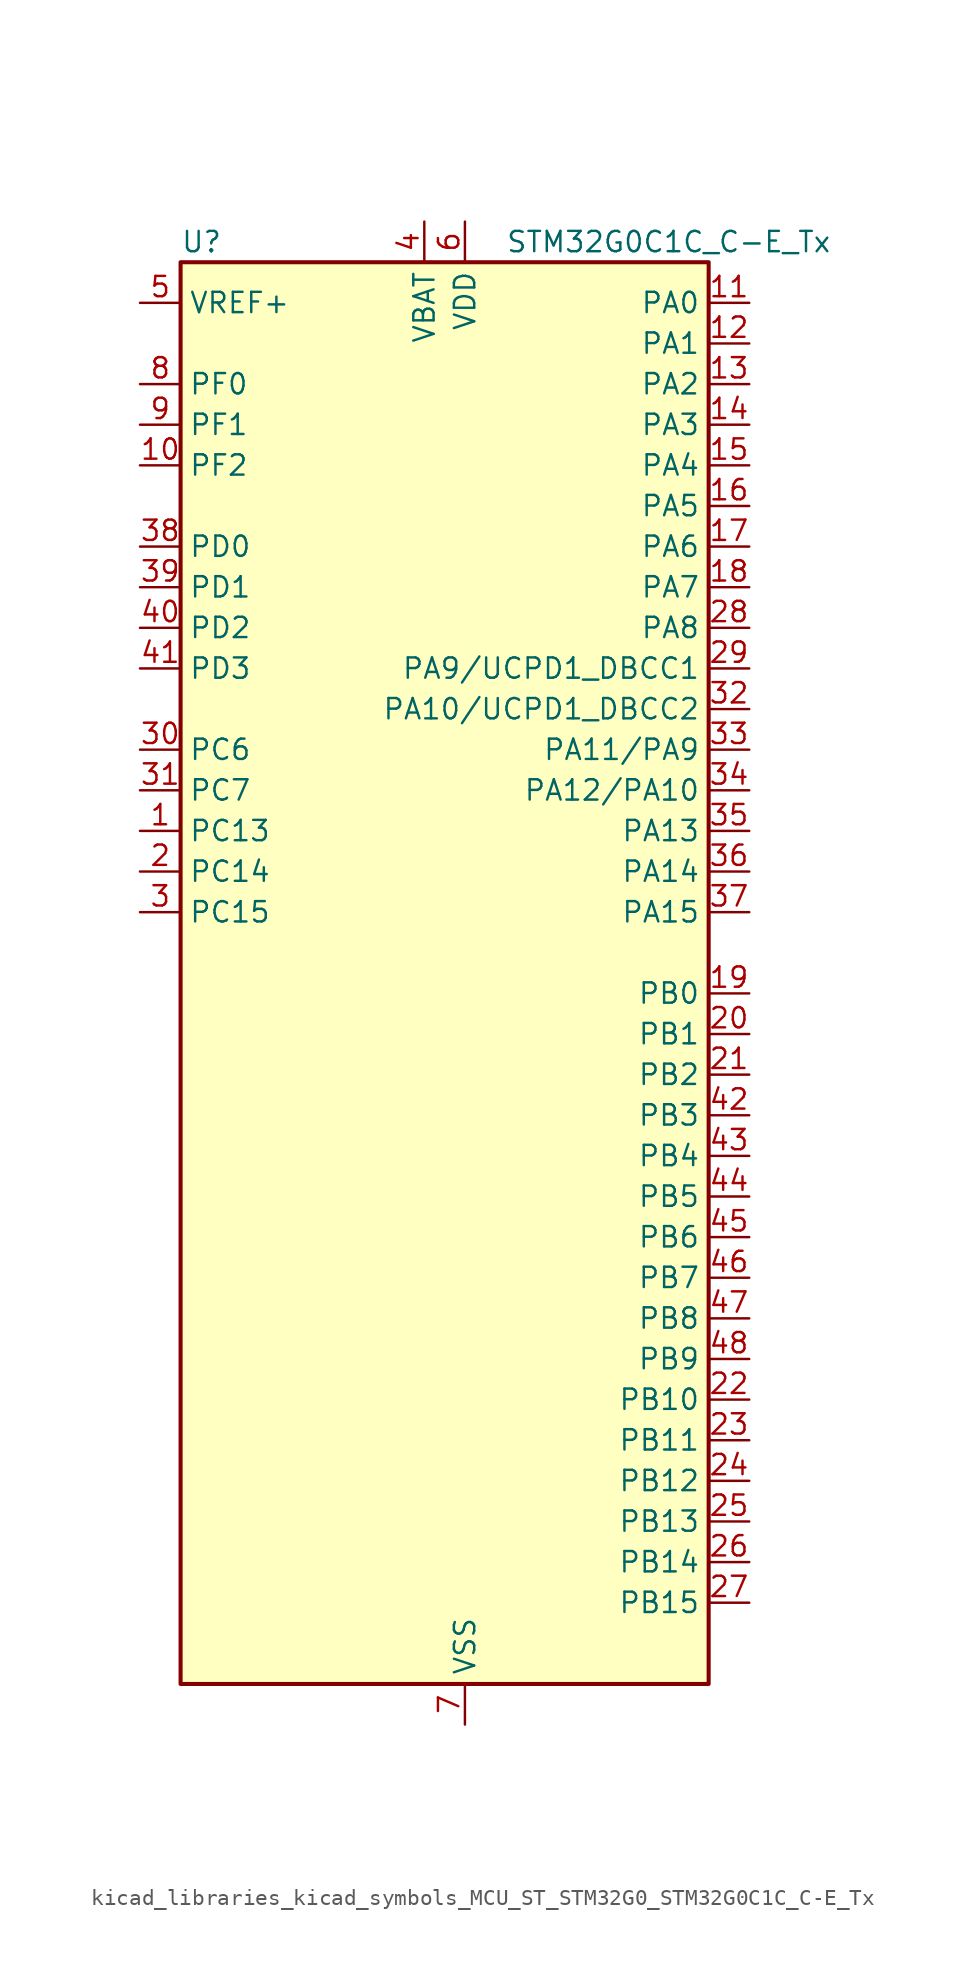
<source format=kicad_sym>
(kicad_symbol_lib
  (version 20220914)
  (generator kicad_symbol_editor)
  (symbol "kicad_libraries_kicad_symbols_MCU_ST_STM32G0_STM32G0C1C_C-E_Tx"
    (property "Reference" "U"
      (at -15.24 46.99 0)
      (effects (font (size 1.27 1.27)) (justify left)))
    (property "Value" "STM32G0C1C_C-E_Tx"
      (at 5.08 46.99 0)
      (effects (font (size 1.27 1.27)) (justify left)))
    (property "ki_locked" ""
      (at 0 0 0)
      (effects (font (size 1.27 1.27))))
    (symbol "kicad_libraries_kicad_symbols_MCU_ST_STM32G0_STM32G0C1C_C-E_Tx_0_1"
      (rectangle (start -15.24 -43.18) (end 17.78 45.72) (stroke (width 0.254) (type default)) (fill (type background))))
    (symbol "kicad_libraries_kicad_symbols_MCU_ST_STM32G0_STM32G0C1C_C-E_Tx_1_1"
      (pin bidirectional line (at -17.78 10.16 0) (length 2.54) (name "PC13" (effects (font (size 1.27 1.27)))) (number "1" (effects (font (size 1.27 1.27)))) (alternate "RTC_OUT1" bidirectional line) (alternate "RTC_TAMP_IN1" bidirectional line) (alternate "RTC_TS" bidirectional line) (alternate "SYS_WKUP2" bidirectional line) (alternate "TIM1_BK" bidirectional line))
      (pin bidirectional line (at -17.78 33.02 0) (length 2.54) (name "PF2" (effects (font (size 1.27 1.27)))) (number "10" (effects (font (size 1.27 1.27)))) (alternate "LPUART2_DE" bidirectional line) (alternate "LPUART2_RTS" bidirectional line) (alternate "LPUART2_TX" bidirectional line) (alternate "RCC_MCO" bidirectional line))
      (pin bidirectional line (at 20.32 43.18 180) (length 2.54) (name "PA0" (effects (font (size 1.27 1.27)))) (number "11" (effects (font (size 1.27 1.27)))) (alternate "ADC1_IN0" bidirectional line) (alternate "COMP1_INM" bidirectional line) (alternate "COMP1_OUT" bidirectional line) (alternate "I2S2_CK" bidirectional line) (alternate "LPTIM1_OUT" bidirectional line) (alternate "RTC_TAMP_IN2" bidirectional line) (alternate "SPI2_SCK" bidirectional line) (alternate "SYS_WKUP1" bidirectional line) (alternate "TIM2_CH1" bidirectional line) (alternate "TIM2_ETR" bidirectional line) (alternate "UCPD2_FRSTX1" bidirectional line) (alternate "UCPD2_FRSTX2" bidirectional line) (alternate "USART2_CTS" bidirectional line) (alternate "USART2_NSS" bidirectional line) (alternate "USART4_TX" bidirectional line))
      (pin bidirectional line (at 20.32 40.64 180) (length 2.54) (name "PA1" (effects (font (size 1.27 1.27)))) (number "12" (effects (font (size 1.27 1.27)))) (alternate "ADC1_IN1" bidirectional line) (alternate "COMP1_INP" bidirectional line) (alternate "I2C1_SMBA" bidirectional line) (alternate "I2S1_CK" bidirectional line) (alternate "SPI1_SCK" bidirectional line) (alternate "TIM15_CH1N" bidirectional line) (alternate "TIM2_CH2" bidirectional line) (alternate "USART2_CK" bidirectional line) (alternate "USART2_DE" bidirectional line) (alternate "USART2_RTS" bidirectional line) (alternate "USART4_RX" bidirectional line))
      (pin bidirectional line (at 20.32 38.1 180) (length 2.54) (name "PA2" (effects (font (size 1.27 1.27)))) (number "13" (effects (font (size 1.27 1.27)))) (alternate "ADC1_IN2" bidirectional line) (alternate "COMP2_INM" bidirectional line) (alternate "COMP2_OUT" bidirectional line) (alternate "I2S1_SD" bidirectional line) (alternate "LPUART1_TX" bidirectional line) (alternate "RCC_LSCO" bidirectional line) (alternate "SPI1_MOSI" bidirectional line) (alternate "SYS_WKUP4" bidirectional line) (alternate "TIM15_CH1" bidirectional line) (alternate "TIM2_CH3" bidirectional line) (alternate "UCPD1_FRSTX1" bidirectional line) (alternate "UCPD1_FRSTX2" bidirectional line) (alternate "USART2_TX" bidirectional line))
      (pin bidirectional line (at 20.32 35.56 180) (length 2.54) (name "PA3" (effects (font (size 1.27 1.27)))) (number "14" (effects (font (size 1.27 1.27)))) (alternate "ADC1_IN3" bidirectional line) (alternate "COMP2_INP" bidirectional line) (alternate "I2S2_MCK" bidirectional line) (alternate "LPUART1_RX" bidirectional line) (alternate "SPI2_MISO" bidirectional line) (alternate "TIM15_CH2" bidirectional line) (alternate "TIM2_CH4" bidirectional line) (alternate "UCPD2_FRSTX1" bidirectional line) (alternate "UCPD2_FRSTX2" bidirectional line) (alternate "USART2_RX" bidirectional line))
      (pin bidirectional line (at 20.32 33.02 180) (length 2.54) (name "PA4" (effects (font (size 1.27 1.27)))) (number "15" (effects (font (size 1.27 1.27)))) (alternate "ADC1_IN4" bidirectional line) (alternate "DAC1_OUT1" bidirectional line) (alternate "I2S1_WS" bidirectional line) (alternate "I2S2_SD" bidirectional line) (alternate "LPTIM2_OUT" bidirectional line) (alternate "RTC_OUT2" bidirectional line) (alternate "SPI1_NSS" bidirectional line) (alternate "SPI2_MOSI" bidirectional line) (alternate "SPI3_NSS" bidirectional line) (alternate "TIM14_CH1" bidirectional line) (alternate "UCPD2_FRSTX1" bidirectional line) (alternate "UCPD2_FRSTX2" bidirectional line) (alternate "USART6_TX" bidirectional line) (alternate "USB_NOE" bidirectional line))
      (pin bidirectional line (at 20.32 30.48 180) (length 2.54) (name "PA5" (effects (font (size 1.27 1.27)))) (number "16" (effects (font (size 1.27 1.27)))) (alternate "ADC1_IN5" bidirectional line) (alternate "CEC" bidirectional line) (alternate "DAC1_OUT2" bidirectional line) (alternate "I2S1_CK" bidirectional line) (alternate "LPTIM2_ETR" bidirectional line) (alternate "SPI1_SCK" bidirectional line) (alternate "TIM2_CH1" bidirectional line) (alternate "TIM2_ETR" bidirectional line) (alternate "UCPD1_FRSTX1" bidirectional line) (alternate "UCPD1_FRSTX2" bidirectional line) (alternate "USART3_TX" bidirectional line) (alternate "USART6_RX" bidirectional line))
      (pin bidirectional line (at 20.32 27.94 180) (length 2.54) (name "PA6" (effects (font (size 1.27 1.27)))) (number "17" (effects (font (size 1.27 1.27)))) (alternate "ADC1_IN6" bidirectional line) (alternate "COMP1_OUT" bidirectional line) (alternate "I2C2_SDA" bidirectional line) (alternate "I2C3_SDA" bidirectional line) (alternate "I2S1_MCK" bidirectional line) (alternate "LPUART1_CTS" bidirectional line) (alternate "SPI1_MISO" bidirectional line) (alternate "TIM16_CH1" bidirectional line) (alternate "TIM1_BK" bidirectional line) (alternate "TIM3_CH1" bidirectional line) (alternate "USART3_CTS" bidirectional line) (alternate "USART3_NSS" bidirectional line) (alternate "USART6_CTS" bidirectional line) (alternate "USART6_NSS" bidirectional line))
      (pin bidirectional line (at 20.32 25.4 180) (length 2.54) (name "PA7" (effects (font (size 1.27 1.27)))) (number "18" (effects (font (size 1.27 1.27)))) (alternate "ADC1_IN7" bidirectional line) (alternate "COMP2_OUT" bidirectional line) (alternate "I2C2_SCL" bidirectional line) (alternate "I2C3_SCL" bidirectional line) (alternate "I2S1_SD" bidirectional line) (alternate "SPI1_MOSI" bidirectional line) (alternate "TIM14_CH1" bidirectional line) (alternate "TIM17_CH1" bidirectional line) (alternate "TIM1_CH1N" bidirectional line) (alternate "TIM3_CH2" bidirectional line) (alternate "UCPD1_FRSTX1" bidirectional line) (alternate "UCPD1_FRSTX2" bidirectional line) (alternate "USART6_CK" bidirectional line) (alternate "USART6_DE" bidirectional line) (alternate "USART6_RTS" bidirectional line))
      (pin bidirectional line (at 20.32 0 180) (length 2.54) (name "PB0" (effects (font (size 1.27 1.27)))) (number "19" (effects (font (size 1.27 1.27)))) (alternate "ADC1_IN8" bidirectional line) (alternate "COMP1_OUT" bidirectional line) (alternate "COMP3_INP" bidirectional line) (alternate "FDCAN2_RX" bidirectional line) (alternate "I2S1_WS" bidirectional line) (alternate "LPTIM1_OUT" bidirectional line) (alternate "LPUART2_CTS" bidirectional line) (alternate "SPI1_NSS" bidirectional line) (alternate "TIM1_CH2N" bidirectional line) (alternate "TIM3_CH3" bidirectional line) (alternate "UCPD1_FRSTX1" bidirectional line) (alternate "UCPD1_FRSTX2" bidirectional line) (alternate "USART3_RX" bidirectional line) (alternate "USART5_TX" bidirectional line))
      (pin bidirectional line (at -17.78 7.62 0) (length 2.54) (name "PC14" (effects (font (size 1.27 1.27)))) (number "2" (effects (font (size 1.27 1.27)))) (alternate "RCC_OSC32_IN" bidirectional line) (alternate "TIM1_BK2" bidirectional line))
      (pin bidirectional line (at 20.32 -2.54 180) (length 2.54) (name "PB1" (effects (font (size 1.27 1.27)))) (number "20" (effects (font (size 1.27 1.27)))) (alternate "ADC1_IN9" bidirectional line) (alternate "COMP1_INM" bidirectional line) (alternate "COMP3_OUT" bidirectional line) (alternate "FDCAN2_TX" bidirectional line) (alternate "LPTIM2_IN1" bidirectional line) (alternate "LPUART1_DE" bidirectional line) (alternate "LPUART1_RTS" bidirectional line) (alternate "LPUART2_DE" bidirectional line) (alternate "LPUART2_RTS" bidirectional line) (alternate "TIM14_CH1" bidirectional line) (alternate "TIM1_CH3N" bidirectional line) (alternate "TIM3_CH4" bidirectional line) (alternate "USART3_CK" bidirectional line) (alternate "USART3_DE" bidirectional line) (alternate "USART3_RTS" bidirectional line) (alternate "USART5_RX" bidirectional line))
      (pin bidirectional line (at 20.32 -5.08 180) (length 2.54) (name "PB2" (effects (font (size 1.27 1.27)))) (number "21" (effects (font (size 1.27 1.27)))) (alternate "ADC1_IN10" bidirectional line) (alternate "COMP1_INP" bidirectional line) (alternate "COMP3_INM" bidirectional line) (alternate "I2S2_MCK" bidirectional line) (alternate "LPTIM1_OUT" bidirectional line) (alternate "RCC_MCO_2" bidirectional line) (alternate "SPI2_MISO" bidirectional line) (alternate "USART3_TX" bidirectional line))
      (pin bidirectional line (at 20.32 -25.4 180) (length 2.54) (name "PB10" (effects (font (size 1.27 1.27)))) (number "22" (effects (font (size 1.27 1.27)))) (alternate "ADC1_IN11" bidirectional line) (alternate "CEC" bidirectional line) (alternate "COMP1_OUT" bidirectional line) (alternate "I2C2_SCL" bidirectional line) (alternate "I2S2_CK" bidirectional line) (alternate "LPUART1_RX" bidirectional line) (alternate "SPI2_SCK" bidirectional line) (alternate "TIM2_CH3" bidirectional line) (alternate "USART3_TX" bidirectional line))
      (pin bidirectional line (at 20.32 -27.94 180) (length 2.54) (name "PB11" (effects (font (size 1.27 1.27)))) (number "23" (effects (font (size 1.27 1.27)))) (alternate "ADC1_EXTI11" bidirectional line) (alternate "ADC1_IN15" bidirectional line) (alternate "COMP2_OUT" bidirectional line) (alternate "I2C2_SDA" bidirectional line) (alternate "I2S2_SD" bidirectional line) (alternate "LPUART1_TX" bidirectional line) (alternate "SPI2_MOSI" bidirectional line) (alternate "TIM2_CH4" bidirectional line) (alternate "USART3_RX" bidirectional line))
      (pin bidirectional line (at 20.32 -30.48 180) (length 2.54) (name "PB12" (effects (font (size 1.27 1.27)))) (number "24" (effects (font (size 1.27 1.27)))) (alternate "ADC1_IN16" bidirectional line) (alternate "FDCAN2_RX" bidirectional line) (alternate "I2C2_SMBA" bidirectional line) (alternate "I2S2_WS" bidirectional line) (alternate "LPUART1_DE" bidirectional line) (alternate "LPUART1_RTS" bidirectional line) (alternate "SPI2_NSS" bidirectional line) (alternate "TIM15_BK" bidirectional line) (alternate "TIM1_BK" bidirectional line) (alternate "UCPD2_FRSTX1" bidirectional line) (alternate "UCPD2_FRSTX2" bidirectional line))
      (pin bidirectional line (at 20.32 -33.02 180) (length 2.54) (name "PB13" (effects (font (size 1.27 1.27)))) (number "25" (effects (font (size 1.27 1.27)))) (alternate "FDCAN2_TX" bidirectional line) (alternate "I2C2_SCL" bidirectional line) (alternate "I2S2_CK" bidirectional line) (alternate "LPUART1_CTS" bidirectional line) (alternate "SPI2_SCK" bidirectional line) (alternate "TIM15_CH1N" bidirectional line) (alternate "TIM1_CH1N" bidirectional line) (alternate "USART3_CTS" bidirectional line) (alternate "USART3_NSS" bidirectional line))
      (pin bidirectional line (at 20.32 -35.56 180) (length 2.54) (name "PB14" (effects (font (size 1.27 1.27)))) (number "26" (effects (font (size 1.27 1.27)))) (alternate "I2C2_SDA" bidirectional line) (alternate "I2S2_MCK" bidirectional line) (alternate "SPI2_MISO" bidirectional line) (alternate "TIM15_CH1" bidirectional line) (alternate "TIM1_CH2N" bidirectional line) (alternate "UCPD1_FRSTX1" bidirectional line) (alternate "UCPD1_FRSTX2" bidirectional line) (alternate "USART3_CK" bidirectional line) (alternate "USART3_DE" bidirectional line) (alternate "USART3_RTS" bidirectional line) (alternate "USART6_CK" bidirectional line) (alternate "USART6_DE" bidirectional line) (alternate "USART6_RTS" bidirectional line))
      (pin bidirectional line (at 20.32 -38.1 180) (length 2.54) (name "PB15" (effects (font (size 1.27 1.27)))) (number "27" (effects (font (size 1.27 1.27)))) (alternate "I2S2_SD" bidirectional line) (alternate "RTC_REFIN" bidirectional line) (alternate "SPI2_MOSI" bidirectional line) (alternate "TIM15_CH1N" bidirectional line) (alternate "TIM15_CH2" bidirectional line) (alternate "TIM1_CH3N" bidirectional line) (alternate "UCPD1_CC2" bidirectional line) (alternate "USART6_CTS" bidirectional line) (alternate "USART6_NSS" bidirectional line))
      (pin bidirectional line (at 20.32 22.86 180) (length 2.54) (name "PA8" (effects (font (size 1.27 1.27)))) (number "28" (effects (font (size 1.27 1.27)))) (alternate "CRS1_SYNC" bidirectional line) (alternate "I2C2_SMBA" bidirectional line) (alternate "I2S2_WS" bidirectional line) (alternate "LPTIM2_OUT" bidirectional line) (alternate "RCC_MCO" bidirectional line) (alternate "SPI2_NSS" bidirectional line) (alternate "TIM1_CH1" bidirectional line) (alternate "UCPD1_CC1" bidirectional line))
      (pin bidirectional line (at 20.32 20.32 180) (length 2.54) (name "PA9/UCPD1_DBCC1" (effects (font (size 1.27 1.27)))) (number "29" (effects (font (size 1.27 1.27)))) (alternate "DAC1_EXTI9" bidirectional line) (alternate "I2C1_SCL" bidirectional line) (alternate "I2C2_SCL" bidirectional line) (alternate "I2S2_MCK" bidirectional line) (alternate "RCC_MCO" bidirectional line) (alternate "SPI2_MISO" bidirectional line) (alternate "TIM15_BK" bidirectional line) (alternate "TIM1_CH2" bidirectional line) (alternate "UCPD1_DBCC1" bidirectional line) (alternate "USART1_TX" bidirectional line))
      (pin bidirectional line (at -17.78 5.08 0) (length 2.54) (name "PC15" (effects (font (size 1.27 1.27)))) (number "3" (effects (font (size 1.27 1.27)))) (alternate "RCC_OSC32_EN" bidirectional line) (alternate "RCC_OSC32_OUT" bidirectional line) (alternate "RCC_OSC_EN" bidirectional line) (alternate "TIM15_BK" bidirectional line))
      (pin bidirectional line (at -17.78 15.24 0) (length 2.54) (name "PC6" (effects (font (size 1.27 1.27)))) (number "30" (effects (font (size 1.27 1.27)))) (alternate "LPUART2_TX" bidirectional line) (alternate "TIM2_CH3" bidirectional line) (alternate "TIM3_CH1" bidirectional line) (alternate "UCPD1_FRSTX1" bidirectional line) (alternate "UCPD1_FRSTX2" bidirectional line))
      (pin bidirectional line (at -17.78 12.7 0) (length 2.54) (name "PC7" (effects (font (size 1.27 1.27)))) (number "31" (effects (font (size 1.27 1.27)))) (alternate "LPUART2_RX" bidirectional line) (alternate "TIM2_CH4" bidirectional line) (alternate "TIM3_CH2" bidirectional line) (alternate "UCPD2_FRSTX1" bidirectional line) (alternate "UCPD2_FRSTX2" bidirectional line))
      (pin bidirectional line (at 20.32 17.78 180) (length 2.54) (name "PA10/UCPD1_DBCC2" (effects (font (size 1.27 1.27)))) (number "32" (effects (font (size 1.27 1.27)))) (alternate "I2C1_SDA" bidirectional line) (alternate "I2C2_SDA" bidirectional line) (alternate "I2S2_SD" bidirectional line) (alternate "RCC_MCO_2" bidirectional line) (alternate "SPI2_MOSI" bidirectional line) (alternate "TIM17_BK" bidirectional line) (alternate "TIM1_CH3" bidirectional line) (alternate "UCPD1_DBCC2" bidirectional line) (alternate "USART1_RX" bidirectional line))
      (pin bidirectional line (at 20.32 15.24 180) (length 2.54) (name "PA11/PA9" (effects (font (size 1.27 1.27)))) (number "33" (effects (font (size 1.27 1.27)))) (alternate "ADC1_EXTI11" bidirectional line) (alternate "COMP1_OUT" bidirectional line) (alternate "FDCAN1_RX" bidirectional line) (alternate "I2C2_SCL" bidirectional line) (alternate "I2S1_MCK" bidirectional line) (alternate "SPI1_MISO" bidirectional line) (alternate "TIM1_BK2" bidirectional line) (alternate "TIM1_CH4" bidirectional line) (alternate "USART1_CTS" bidirectional line) (alternate "USART1_NSS" bidirectional line) (alternate "USB_DM" bidirectional line))
      (pin bidirectional line (at 20.32 12.7 180) (length 2.54) (name "PA12/PA10" (effects (font (size 1.27 1.27)))) (number "34" (effects (font (size 1.27 1.27)))) (alternate "COMP2_OUT" bidirectional line) (alternate "FDCAN1_TX" bidirectional line) (alternate "I2C2_SDA" bidirectional line) (alternate "I2S1_SD" bidirectional line) (alternate "I2S_CKIN" bidirectional line) (alternate "SPI1_MOSI" bidirectional line) (alternate "TIM1_ETR" bidirectional line) (alternate "USART1_CK" bidirectional line) (alternate "USART1_DE" bidirectional line) (alternate "USART1_RTS" bidirectional line) (alternate "USB_DP" bidirectional line))
      (pin bidirectional line (at 20.32 10.16 180) (length 2.54) (name "PA13" (effects (font (size 1.27 1.27)))) (number "35" (effects (font (size 1.27 1.27)))) (alternate "IR_OUT" bidirectional line) (alternate "LPUART2_RX" bidirectional line) (alternate "SYS_SWDIO" bidirectional line) (alternate "USB_NOE" bidirectional line))
      (pin bidirectional line (at 20.32 7.62 180) (length 2.54) (name "PA14" (effects (font (size 1.27 1.27)))) (number "36" (effects (font (size 1.27 1.27)))) (alternate "LPUART2_TX" bidirectional line) (alternate "SYS_SWCLK" bidirectional line) (alternate "USART2_TX" bidirectional line))
      (pin bidirectional line (at 20.32 5.08 180) (length 2.54) (name "PA15" (effects (font (size 1.27 1.27)))) (number "37" (effects (font (size 1.27 1.27)))) (alternate "I2C2_SMBA" bidirectional line) (alternate "I2S1_WS" bidirectional line) (alternate "RCC_MCO_2" bidirectional line) (alternate "SPI1_NSS" bidirectional line) (alternate "SPI3_NSS" bidirectional line) (alternate "TIM2_CH1" bidirectional line) (alternate "TIM2_ETR" bidirectional line) (alternate "USART2_RX" bidirectional line) (alternate "USART3_CK" bidirectional line) (alternate "USART3_DE" bidirectional line) (alternate "USART3_RTS" bidirectional line) (alternate "USART4_CK" bidirectional line) (alternate "USART4_DE" bidirectional line) (alternate "USART4_RTS" bidirectional line) (alternate "USB_NOE" bidirectional line))
      (pin bidirectional line (at -17.78 27.94 0) (length 2.54) (name "PD0" (effects (font (size 1.27 1.27)))) (number "38" (effects (font (size 1.27 1.27)))) (alternate "FDCAN1_RX" bidirectional line) (alternate "I2S2_WS" bidirectional line) (alternate "SPI2_NSS" bidirectional line) (alternate "TIM16_CH1" bidirectional line) (alternate "UCPD2_CC1" bidirectional line))
      (pin bidirectional line (at -17.78 25.4 0) (length 2.54) (name "PD1" (effects (font (size 1.27 1.27)))) (number "39" (effects (font (size 1.27 1.27)))) (alternate "FDCAN1_TX" bidirectional line) (alternate "I2S2_CK" bidirectional line) (alternate "SPI2_SCK" bidirectional line) (alternate "TIM17_CH1" bidirectional line) (alternate "UCPD2_DBCC1" bidirectional line))
      (pin power_in line (at 0 48.26 270) (length 2.54) (name "VBAT" (effects (font (size 1.27 1.27)))) (number "4" (effects (font (size 1.27 1.27)))))
      (pin bidirectional line (at -17.78 22.86 0) (length 2.54) (name "PD2" (effects (font (size 1.27 1.27)))) (number "40" (effects (font (size 1.27 1.27)))) (alternate "TIM1_CH1N" bidirectional line) (alternate "TIM3_ETR" bidirectional line) (alternate "UCPD2_CC2" bidirectional line) (alternate "USART3_CK" bidirectional line) (alternate "USART3_DE" bidirectional line) (alternate "USART3_RTS" bidirectional line) (alternate "USART5_RX" bidirectional line))
      (pin bidirectional line (at -17.78 20.32 0) (length 2.54) (name "PD3" (effects (font (size 1.27 1.27)))) (number "41" (effects (font (size 1.27 1.27)))) (alternate "I2S2_MCK" bidirectional line) (alternate "SPI2_MISO" bidirectional line) (alternate "TIM1_CH2N" bidirectional line) (alternate "UCPD2_DBCC2" bidirectional line) (alternate "USART2_CTS" bidirectional line) (alternate "USART2_NSS" bidirectional line) (alternate "USART5_TX" bidirectional line))
      (pin bidirectional line (at 20.32 -7.62 180) (length 2.54) (name "PB3" (effects (font (size 1.27 1.27)))) (number "42" (effects (font (size 1.27 1.27)))) (alternate "COMP2_INM" bidirectional line) (alternate "I2C2_SCL" bidirectional line) (alternate "I2C3_SCL" bidirectional line) (alternate "I2S1_CK" bidirectional line) (alternate "SPI1_SCK" bidirectional line) (alternate "SPI3_SCK" bidirectional line) (alternate "TIM1_CH2" bidirectional line) (alternate "TIM2_CH2" bidirectional line) (alternate "USART1_CK" bidirectional line) (alternate "USART1_DE" bidirectional line) (alternate "USART1_RTS" bidirectional line) (alternate "USART5_TX" bidirectional line))
      (pin bidirectional line (at 20.32 -10.16 180) (length 2.54) (name "PB4" (effects (font (size 1.27 1.27)))) (number "43" (effects (font (size 1.27 1.27)))) (alternate "COMP2_INP" bidirectional line) (alternate "I2C2_SDA" bidirectional line) (alternate "I2C3_SDA" bidirectional line) (alternate "I2S1_MCK" bidirectional line) (alternate "SPI1_MISO" bidirectional line) (alternate "SPI3_MISO" bidirectional line) (alternate "TIM17_BK" bidirectional line) (alternate "TIM3_CH1" bidirectional line) (alternate "USART1_CTS" bidirectional line) (alternate "USART1_NSS" bidirectional line) (alternate "USART5_RX" bidirectional line))
      (pin bidirectional line (at 20.32 -12.7 180) (length 2.54) (name "PB5" (effects (font (size 1.27 1.27)))) (number "44" (effects (font (size 1.27 1.27)))) (alternate "COMP2_OUT" bidirectional line) (alternate "FDCAN2_RX" bidirectional line) (alternate "I2C1_SMBA" bidirectional line) (alternate "I2S1_SD" bidirectional line) (alternate "LPTIM1_IN1" bidirectional line) (alternate "SPI1_MOSI" bidirectional line) (alternate "SPI3_MOSI" bidirectional line) (alternate "SYS_WKUP6" bidirectional line) (alternate "TIM16_BK" bidirectional line) (alternate "TIM3_CH2" bidirectional line) (alternate "USART5_CK" bidirectional line) (alternate "USART5_DE" bidirectional line) (alternate "USART5_RTS" bidirectional line))
      (pin bidirectional line (at 20.32 -15.24 180) (length 2.54) (name "PB6" (effects (font (size 1.27 1.27)))) (number "45" (effects (font (size 1.27 1.27)))) (alternate "COMP2_INP" bidirectional line) (alternate "FDCAN2_TX" bidirectional line) (alternate "I2C1_SCL" bidirectional line) (alternate "I2S2_MCK" bidirectional line) (alternate "LPTIM1_ETR" bidirectional line) (alternate "LPUART2_TX" bidirectional line) (alternate "SPI2_MISO" bidirectional line) (alternate "TIM16_CH1N" bidirectional line) (alternate "TIM1_CH3" bidirectional line) (alternate "TIM4_CH1" bidirectional line) (alternate "USART1_TX" bidirectional line) (alternate "USART5_CTS" bidirectional line) (alternate "USART5_NSS" bidirectional line))
      (pin bidirectional line (at 20.32 -17.78 180) (length 2.54) (name "PB7" (effects (font (size 1.27 1.27)))) (number "46" (effects (font (size 1.27 1.27)))) (alternate "COMP2_INM" bidirectional line) (alternate "I2C1_SDA" bidirectional line) (alternate "I2S2_SD" bidirectional line) (alternate "LPTIM1_IN2" bidirectional line) (alternate "LPUART2_RX" bidirectional line) (alternate "SPI2_MOSI" bidirectional line) (alternate "SYS_PVD_IN" bidirectional line) (alternate "TIM17_CH1N" bidirectional line) (alternate "TIM4_CH2" bidirectional line) (alternate "USART1_RX" bidirectional line) (alternate "USART4_CTS" bidirectional line) (alternate "USART4_NSS" bidirectional line))
      (pin bidirectional line (at 20.32 -20.32 180) (length 2.54) (name "PB8" (effects (font (size 1.27 1.27)))) (number "47" (effects (font (size 1.27 1.27)))) (alternate "CEC" bidirectional line) (alternate "FDCAN1_RX" bidirectional line) (alternate "I2C1_SCL" bidirectional line) (alternate "I2S2_CK" bidirectional line) (alternate "SPI2_SCK" bidirectional line) (alternate "TIM15_BK" bidirectional line) (alternate "TIM16_CH1" bidirectional line) (alternate "TIM4_CH3" bidirectional line) (alternate "USART3_TX" bidirectional line) (alternate "USART6_TX" bidirectional line))
      (pin bidirectional line (at 20.32 -22.86 180) (length 2.54) (name "PB9" (effects (font (size 1.27 1.27)))) (number "48" (effects (font (size 1.27 1.27)))) (alternate "DAC1_EXTI9" bidirectional line) (alternate "FDCAN1_TX" bidirectional line) (alternate "I2C1_SDA" bidirectional line) (alternate "I2S2_WS" bidirectional line) (alternate "IR_OUT" bidirectional line) (alternate "SPI2_NSS" bidirectional line) (alternate "TIM17_CH1" bidirectional line) (alternate "TIM4_CH4" bidirectional line) (alternate "UCPD2_FRSTX1" bidirectional line) (alternate "UCPD2_FRSTX2" bidirectional line) (alternate "USART3_RX" bidirectional line) (alternate "USART6_RX" bidirectional line))
      (pin input line (at -17.78 43.18 0) (length 2.54) (name "VREF+" (effects (font (size 1.27 1.27)))) (number "5" (effects (font (size 1.27 1.27)))) (alternate "VREFBUF_OUT" bidirectional line))
      (pin power_in line (at 2.54 48.26 270) (length 2.54) (name "VDD" (effects (font (size 1.27 1.27)))) (number "6" (effects (font (size 1.27 1.27)))))
      (pin power_in line (at 2.54 -45.72 90) (length 2.54) (name "VSS" (effects (font (size 1.27 1.27)))) (number "7" (effects (font (size 1.27 1.27)))))
      (pin bidirectional line (at -17.78 38.1 0) (length 2.54) (name "PF0" (effects (font (size 1.27 1.27)))) (number "8" (effects (font (size 1.27 1.27)))) (alternate "CRS1_SYNC" bidirectional line) (alternate "RCC_OSC_IN" bidirectional line) (alternate "TIM14_CH1" bidirectional line))
      (pin bidirectional line (at -17.78 35.56 0) (length 2.54) (name "PF1" (effects (font (size 1.27 1.27)))) (number "9" (effects (font (size 1.27 1.27)))) (alternate "RCC_OSC_EN" bidirectional line) (alternate "RCC_OSC_OUT" bidirectional line) (alternate "TIM15_CH1N" bidirectional line)))))
</source>
